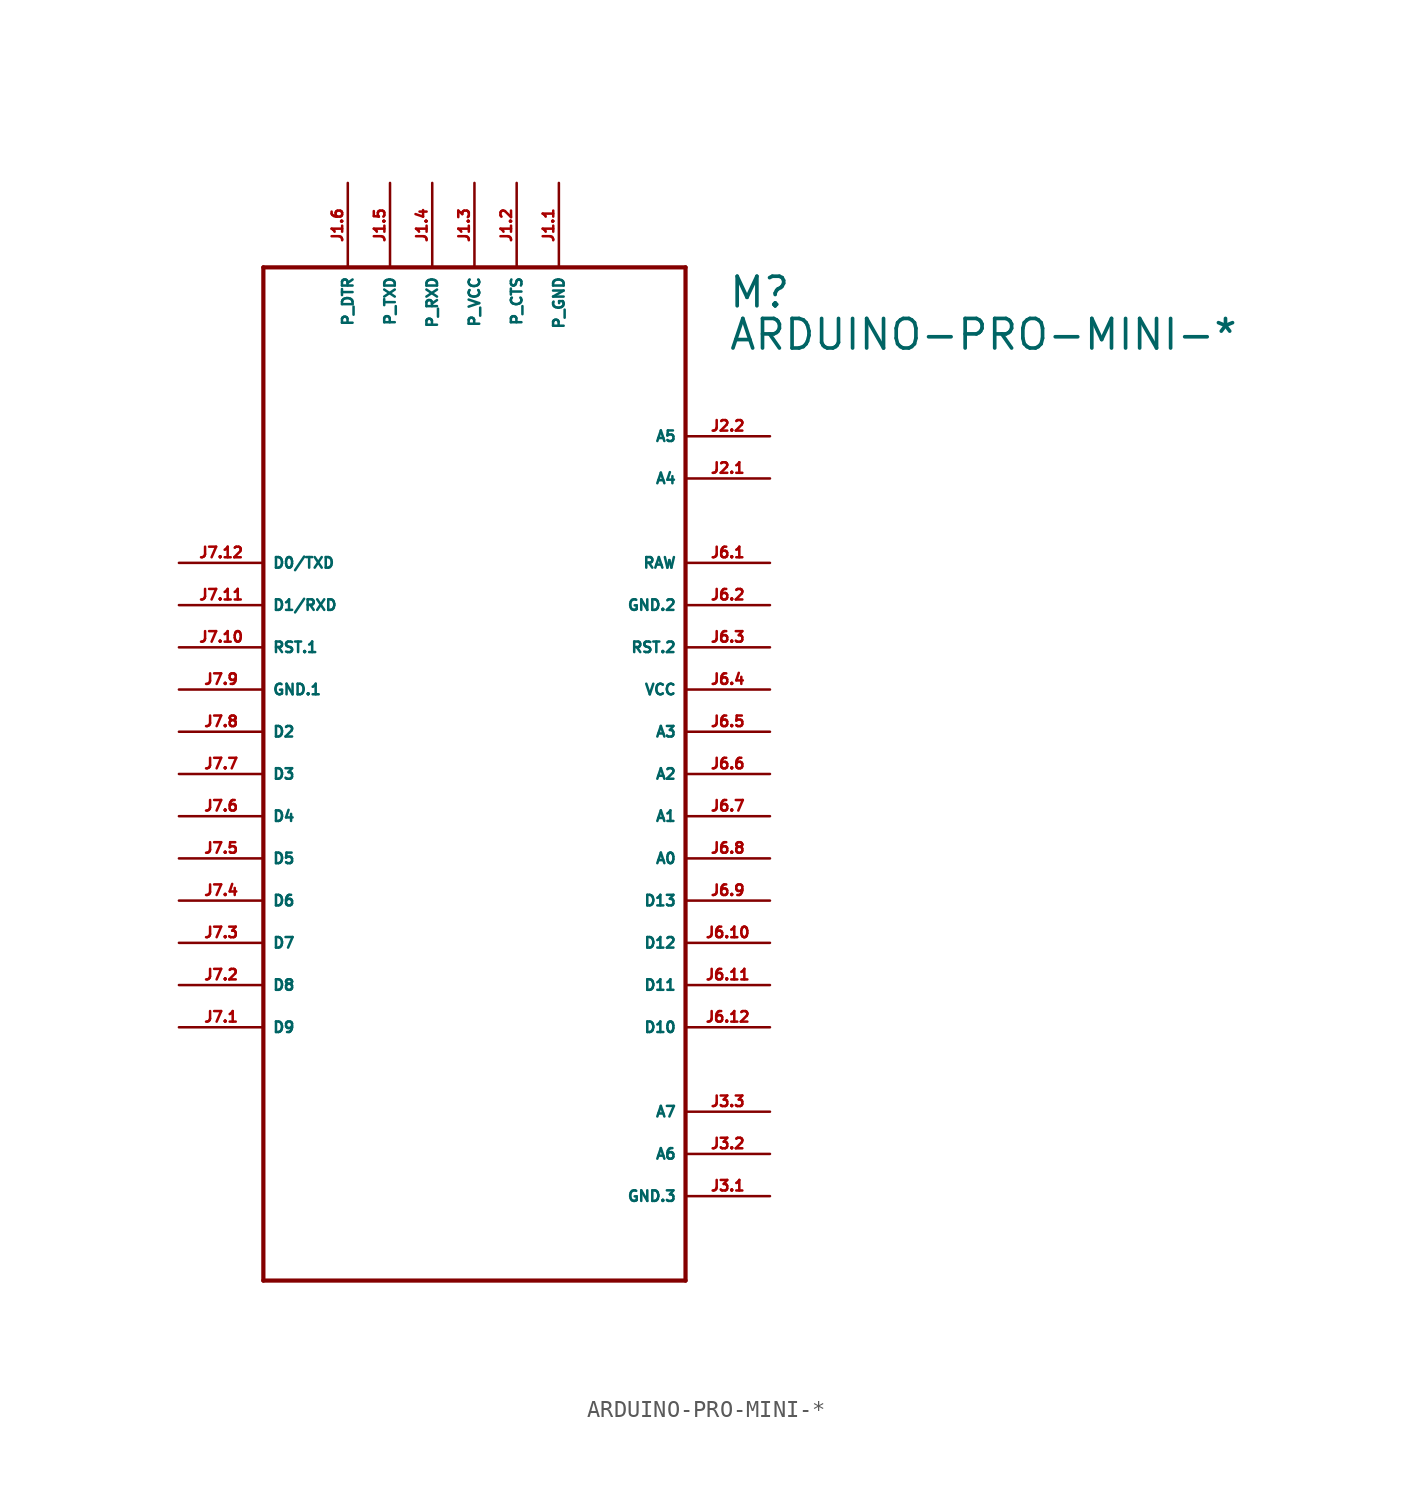
<source format=kicad_sym>
(kicad_symbol_lib
  (version 20220914)
  (generator Eagle2Kicad)
  (symbol "ARDUINO-PRO-MINI-*"
    (property "Reference" "M"
      (at 15.24 27.94 0)
      (effects (font (size 1.778 1.778) (thickness 0.22)) (justify left bottom)))
    (property "Value" "ARDUINO-PRO-MINI-*"
      (at 15.24 25.4 0)
      (effects (font (size 1.778 1.778) (thickness 0.22)) (justify left bottom)))
    (polyline
      (pts (xy -12.7 30.48) (xy 12.7 30.48))
      (stroke (width 0.254) (type default))
      (fill (type none)))
    (polyline
      (pts (xy 12.7 30.48) (xy 12.7 -30.48))
      (stroke (width 0.254) (type default))
      (fill (type none)))
    (polyline
      (pts (xy 12.7 -30.48) (xy -12.7 -30.48))
      (stroke (width 0.254) (type default))
      (fill (type none)))
    (polyline
      (pts (xy -12.7 -30.48) (xy -12.7 30.48))
      (stroke (width 0.254) (type default))
      (fill (type none)))
    (pin bidirectional line
      (at -17.78 12.7 0)
      (length 5.08)
      (name "D0/TXD" (effects (font (size 0.635 0.635) (thickness 0.08)) (justify left bottom)))
      (number "J7.12" (effects (font (size 0.635 0.635) (thickness 0.08)) (justify left bottom))))
    (pin bidirectional line
      (at -17.78 10.16 0)
      (length 5.08)
      (name "D1/RXD" (effects (font (size 0.635 0.635) (thickness 0.08)) (justify left bottom)))
      (number "J7.11" (effects (font (size 0.635 0.635) (thickness 0.08)) (justify left bottom))))
    (pin bidirectional line
      (at -17.78 7.62 0)
      (length 5.08)
      (name "RST.1" (effects (font (size 0.635 0.635) (thickness 0.08)) (justify left bottom)))
      (number "J7.10" (effects (font (size 0.635 0.635) (thickness 0.08)) (justify left bottom))))
    (pin unspecified line
      (at -17.78 5.08 0)
      (length 5.08)
      (name "GND.1" (effects (font (size 0.635 0.635) (thickness 0.08)) (justify left bottom)))
      (number "J7.9" (effects (font (size 0.635 0.635) (thickness 0.08)) (justify left bottom))))
    (pin bidirectional line
      (at -17.78 2.54 0)
      (length 5.08)
      (name "D2" (effects (font (size 0.635 0.635) (thickness 0.08)) (justify left bottom)))
      (number "J7.8" (effects (font (size 0.635 0.635) (thickness 0.08)) (justify left bottom))))
    (pin bidirectional line
      (at -17.78 0 0)
      (length 5.08)
      (name "D3" (effects (font (size 0.635 0.635) (thickness 0.08)) (justify left bottom)))
      (number "J7.7" (effects (font (size 0.635 0.635) (thickness 0.08)) (justify left bottom))))
    (pin bidirectional line
      (at -17.78 -2.54 0)
      (length 5.08)
      (name "D4" (effects (font (size 0.635 0.635) (thickness 0.08)) (justify left bottom)))
      (number "J7.6" (effects (font (size 0.635 0.635) (thickness 0.08)) (justify left bottom))))
    (pin bidirectional line
      (at -17.78 -5.08 0)
      (length 5.08)
      (name "D5" (effects (font (size 0.635 0.635) (thickness 0.08)) (justify left bottom)))
      (number "J7.5" (effects (font (size 0.635 0.635) (thickness 0.08)) (justify left bottom))))
    (pin bidirectional line
      (at -17.78 -7.62 0)
      (length 5.08)
      (name "D6" (effects (font (size 0.635 0.635) (thickness 0.08)) (justify left bottom)))
      (number "J7.4" (effects (font (size 0.635 0.635) (thickness 0.08)) (justify left bottom))))
    (pin bidirectional line
      (at -17.78 -10.16 0)
      (length 5.08)
      (name "D7" (effects (font (size 0.635 0.635) (thickness 0.08)) (justify left bottom)))
      (number "J7.3" (effects (font (size 0.635 0.635) (thickness 0.08)) (justify left bottom))))
    (pin bidirectional line
      (at -17.78 -12.7 0)
      (length 5.08)
      (name "D8" (effects (font (size 0.635 0.635) (thickness 0.08)) (justify left bottom)))
      (number "J7.2" (effects (font (size 0.635 0.635) (thickness 0.08)) (justify left bottom))))
    (pin bidirectional line
      (at -17.78 -15.24 0)
      (length 5.08)
      (name "D9" (effects (font (size 0.635 0.635) (thickness 0.08)) (justify left bottom)))
      (number "J7.1" (effects (font (size 0.635 0.635) (thickness 0.08)) (justify left bottom))))
    (pin unspecified line
      (at 17.78 12.7 180)
      (length 5.08)
      (name "RAW" (effects (font (size 0.635 0.635) (thickness 0.08)) (justify left bottom)))
      (number "J6.1" (effects (font (size 0.635 0.635) (thickness 0.08)) (justify left bottom))))
    (pin unspecified line
      (at 17.78 10.16 180)
      (length 5.08)
      (name "GND.2" (effects (font (size 0.635 0.635) (thickness 0.08)) (justify left bottom)))
      (number "J6.2" (effects (font (size 0.635 0.635) (thickness 0.08)) (justify left bottom))))
    (pin bidirectional line
      (at 17.78 7.62 180)
      (length 5.08)
      (name "RST.2" (effects (font (size 0.635 0.635) (thickness 0.08)) (justify left bottom)))
      (number "J6.3" (effects (font (size 0.635 0.635) (thickness 0.08)) (justify left bottom))))
    (pin unspecified line
      (at 17.78 5.08 180)
      (length 5.08)
      (name "VCC" (effects (font (size 0.635 0.635) (thickness 0.08)) (justify left bottom)))
      (number "J6.4" (effects (font (size 0.635 0.635) (thickness 0.08)) (justify left bottom))))
    (pin bidirectional line
      (at 17.78 2.54 180)
      (length 5.08)
      (name "A3" (effects (font (size 0.635 0.635) (thickness 0.08)) (justify left bottom)))
      (number "J6.5" (effects (font (size 0.635 0.635) (thickness 0.08)) (justify left bottom))))
    (pin bidirectional line
      (at 17.78 0 180)
      (length 5.08)
      (name "A2" (effects (font (size 0.635 0.635) (thickness 0.08)) (justify left bottom)))
      (number "J6.6" (effects (font (size 0.635 0.635) (thickness 0.08)) (justify left bottom))))
    (pin bidirectional line
      (at 17.78 -2.54 180)
      (length 5.08)
      (name "A1" (effects (font (size 0.635 0.635) (thickness 0.08)) (justify left bottom)))
      (number "J6.7" (effects (font (size 0.635 0.635) (thickness 0.08)) (justify left bottom))))
    (pin bidirectional line
      (at 17.78 -5.08 180)
      (length 5.08)
      (name "A0" (effects (font (size 0.635 0.635) (thickness 0.08)) (justify left bottom)))
      (number "J6.8" (effects (font (size 0.635 0.635) (thickness 0.08)) (justify left bottom))))
    (pin bidirectional line
      (at 17.78 -7.62 180)
      (length 5.08)
      (name "D13" (effects (font (size 0.635 0.635) (thickness 0.08)) (justify left bottom)))
      (number "J6.9" (effects (font (size 0.635 0.635) (thickness 0.08)) (justify left bottom))))
    (pin bidirectional line
      (at 17.78 -10.16 180)
      (length 5.08)
      (name "D12" (effects (font (size 0.635 0.635) (thickness 0.08)) (justify left bottom)))
      (number "J6.10" (effects (font (size 0.635 0.635) (thickness 0.08)) (justify left bottom))))
    (pin bidirectional line
      (at 17.78 -12.7 180)
      (length 5.08)
      (name "D11" (effects (font (size 0.635 0.635) (thickness 0.08)) (justify left bottom)))
      (number "J6.11" (effects (font (size 0.635 0.635) (thickness 0.08)) (justify left bottom))))
    (pin bidirectional line
      (at 17.78 -15.24 180)
      (length 5.08)
      (name "D10" (effects (font (size 0.635 0.635) (thickness 0.08)) (justify left bottom)))
      (number "J6.12" (effects (font (size 0.635 0.635) (thickness 0.08)) (justify left bottom))))
    (pin bidirectional line
      (at 5.08 35.56 270)
      (length 5.08)
      (name "P_GND" (effects (font (size 0.635 0.635) (thickness 0.08)) (justify left bottom)))
      (number "J1.1" (effects (font (size 0.635 0.635) (thickness 0.08)) (justify left bottom))))
    (pin bidirectional line
      (at 2.54 35.56 270)
      (length 5.08)
      (name "P_CTS" (effects (font (size 0.635 0.635) (thickness 0.08)) (justify left bottom)))
      (number "J1.2" (effects (font (size 0.635 0.635) (thickness 0.08)) (justify left bottom))))
    (pin bidirectional line
      (at 0 35.56 270)
      (length 5.08)
      (name "P_VCC" (effects (font (size 0.635 0.635) (thickness 0.08)) (justify left bottom)))
      (number "J1.3" (effects (font (size 0.635 0.635) (thickness 0.08)) (justify left bottom))))
    (pin bidirectional line
      (at -2.54 35.56 270)
      (length 5.08)
      (name "P_RXD" (effects (font (size 0.635 0.635) (thickness 0.08)) (justify left bottom)))
      (number "J1.4" (effects (font (size 0.635 0.635) (thickness 0.08)) (justify left bottom))))
    (pin bidirectional line
      (at -5.08 35.56 270)
      (length 5.08)
      (name "P_TXD" (effects (font (size 0.635 0.635) (thickness 0.08)) (justify left bottom)))
      (number "J1.5" (effects (font (size 0.635 0.635) (thickness 0.08)) (justify left bottom))))
    (pin bidirectional line
      (at -7.62 35.56 270)
      (length 5.08)
      (name "P_DTR" (effects (font (size 0.635 0.635) (thickness 0.08)) (justify left bottom)))
      (number "J1.6" (effects (font (size 0.635 0.635) (thickness 0.08)) (justify left bottom))))
    (pin bidirectional line
      (at 17.78 -20.32 180)
      (length 5.08)
      (name "A7" (effects (font (size 0.635 0.635) (thickness 0.08)) (justify left bottom)))
      (number "J3.3" (effects (font (size 0.635 0.635) (thickness 0.08)) (justify left bottom))))
    (pin bidirectional line
      (at 17.78 -22.86 180)
      (length 5.08)
      (name "A6" (effects (font (size 0.635 0.635) (thickness 0.08)) (justify left bottom)))
      (number "J3.2" (effects (font (size 0.635 0.635) (thickness 0.08)) (justify left bottom))))
    (pin bidirectional line
      (at 17.78 -25.4 180)
      (length 5.08)
      (name "GND.3" (effects (font (size 0.635 0.635) (thickness 0.08)) (justify left bottom)))
      (number "J3.1" (effects (font (size 0.635 0.635) (thickness 0.08)) (justify left bottom))))
    (pin bidirectional line
      (at 17.78 17.78 180)
      (length 5.08)
      (name "A4" (effects (font (size 0.635 0.635) (thickness 0.08)) (justify left bottom)))
      (number "J2.1" (effects (font (size 0.635 0.635) (thickness 0.08)) (justify left bottom))))
    (pin bidirectional line
      (at 17.78 20.32 180)
      (length 5.08)
      (name "A5" (effects (font (size 0.635 0.635) (thickness 0.08)) (justify left bottom)))
      (number "J2.2" (effects (font (size 0.635 0.635) (thickness 0.08)) (justify left bottom))))))
</source>
